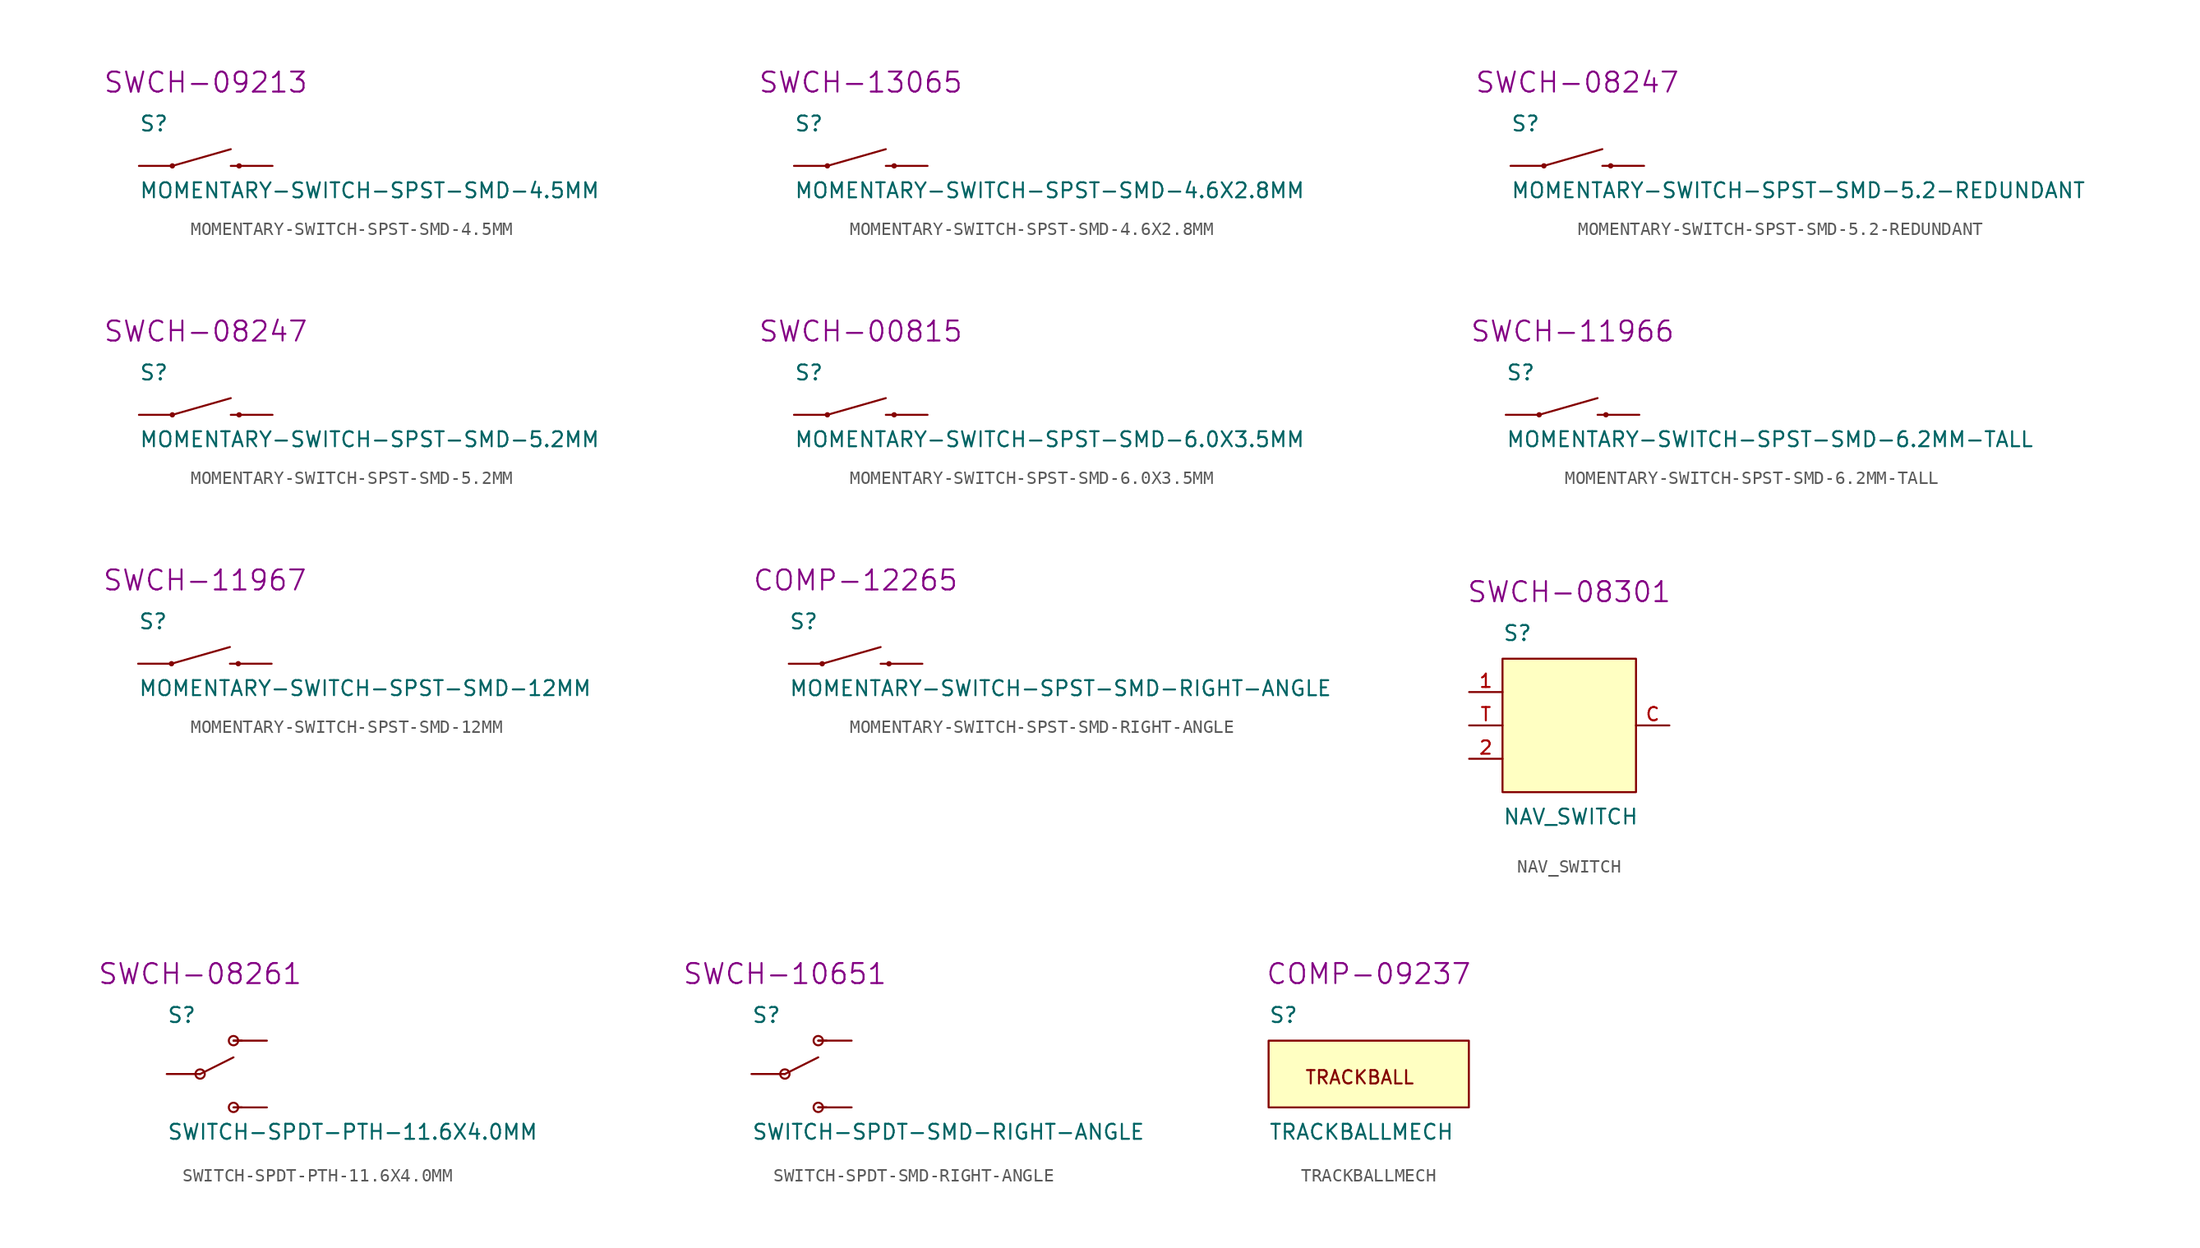
<source format=kicad_sym>
(kicad_symbol_lib
  (version 20201005)
  (generator kicad_symbol_editor)
  (symbol "MOMENTARY-SWITCH-SPST-SMD-4.5MM"
    (pin_numbers hide)
    (pin_names
      (offset 1.016) hide)
    (property "Reference" "S"
      (at -5.08 2.54 0)
      (effects (font (size 1.143 1.143)) (justify left bottom)))
    (property "Value" "MOMENTARY-SWITCH-SPST-SMD-4.5MM"
      (at -5.08 -2.54 0)
      (effects (font (size 1.143 1.143)) (justify left bottom)))
    (property "Field4" "SWCH-09213"
      (at 0 6.35 0)
      (effects (font (size 1.524 1.524))))
    (property "ki_locked" ""
      (at 0 0 0)
      (effects (font (size 1.27 1.27))))
    (symbol "MOMENTARY-SWITCH-SPST-SMD-4.5MM_1_0"
      (polyline (pts (xy -2.54 0) (xy 1.905 1.27)) (stroke (width 0)) (fill (type none)))
      (polyline (pts (xy 1.905 0) (xy 2.54 0)) (stroke (width 0)) (fill (type none))))
    (symbol "MOMENTARY-SWITCH-SPST-SMD-4.5MM_1_1"
      (circle (center -2.54 0) (radius 0.127) (stroke (width 0)) (fill (type outline)))
      (circle (center 2.54 0) (radius 0.127) (stroke (width 0)) (fill (type outline)))
      (pin passive line (at 5.08 0 180) (length 2.54) (name "2" (effects (font (size 1.016 1.016)))) (number "1" (effects (font (size 1.016 1.016)))))
      (pin passive line (at -5.08 0 0) (length 2.54) (name "1" (effects (font (size 1.016 1.016)))) (number "2" (effects (font (size 1.016 1.016)))))
      (pin passive line (at -5.08 0 0) (length 2.54) hide (name "1" (effects (font (size 1.016 1.016)))) (number "3" (effects (font (size 1.016 1.016)))))
      (pin passive line (at 5.08 0 180) (length 2.54) hide (name "2" (effects (font (size 1.016 1.016)))) (number "4" (effects (font (size 1.016 1.016)))))))
  (symbol "MOMENTARY-SWITCH-SPST-SMD-4.6X2.8MM"
    (pin_numbers hide)
    (pin_names
      (offset 1.016) hide)
    (property "Reference" "S"
      (at -5.08 2.54 0)
      (effects (font (size 1.143 1.143)) (justify left bottom)))
    (property "Value" "MOMENTARY-SWITCH-SPST-SMD-4.6X2.8MM"
      (at -5.08 -2.54 0)
      (effects (font (size 1.143 1.143)) (justify left bottom)))
    (property "Field4" "SWCH-13065"
      (at 0 6.35 0)
      (effects (font (size 1.524 1.524))))
    (property "ki_locked" ""
      (at 0 0 0)
      (effects (font (size 1.27 1.27))))
    (symbol "MOMENTARY-SWITCH-SPST-SMD-4.6X2.8MM_1_0"
      (polyline (pts (xy -2.54 0) (xy 1.905 1.27)) (stroke (width 0)) (fill (type none)))
      (polyline (pts (xy 1.905 0) (xy 2.54 0)) (stroke (width 0)) (fill (type none))))
    (symbol "MOMENTARY-SWITCH-SPST-SMD-4.6X2.8MM_1_1"
      (circle (center -2.54 0) (radius 0.127) (stroke (width 0)) (fill (type outline)))
      (circle (center 2.54 0) (radius 0.127) (stroke (width 0)) (fill (type outline)))
      (pin passive line (at -5.08 0 0) (length 2.54) (name "1" (effects (font (size 1.016 1.016)))) (number "1" (effects (font (size 1.016 1.016)))))
      (pin passive line (at -5.08 0 0) (length 2.54) hide (name "1" (effects (font (size 1.016 1.016)))) (number "2" (effects (font (size 1.016 1.016)))))
      (pin passive line (at 5.08 0 180) (length 2.54) (name "2" (effects (font (size 1.016 1.016)))) (number "3" (effects (font (size 1.016 1.016)))))
      (pin passive line (at 5.08 0 180) (length 2.54) hide (name "2" (effects (font (size 1.016 1.016)))) (number "4" (effects (font (size 1.016 1.016)))))))
  (symbol "MOMENTARY-SWITCH-SPST-SMD-5.2-REDUNDANT"
    (pin_numbers hide)
    (pin_names
      (offset 1.016) hide)
    (property "Reference" "S"
      (at -5.08 2.54 0)
      (effects (font (size 1.143 1.143)) (justify left bottom)))
    (property "Value" "MOMENTARY-SWITCH-SPST-SMD-5.2-REDUNDANT"
      (at -5.08 -2.54 0)
      (effects (font (size 1.143 1.143)) (justify left bottom)))
    (property "Field4" "SWCH-08247"
      (at 0 6.35 0)
      (effects (font (size 1.524 1.524))))
    (property "ki_locked" ""
      (at 0 0 0)
      (effects (font (size 1.27 1.27))))
    (symbol "MOMENTARY-SWITCH-SPST-SMD-5.2-REDUNDANT_1_0"
      (polyline (pts (xy -2.54 0) (xy 1.905 1.27)) (stroke (width 0)) (fill (type none)))
      (polyline (pts (xy 1.905 0) (xy 2.54 0)) (stroke (width 0)) (fill (type none))))
    (symbol "MOMENTARY-SWITCH-SPST-SMD-5.2-REDUNDANT_1_1"
      (circle (center -2.54 0) (radius 0.127) (stroke (width 0)) (fill (type outline)))
      (circle (center 2.54 0) (radius 0.127) (stroke (width 0)) (fill (type outline)))
      (pin passive line (at -5.08 0 0) (length 2.54) (name "1" (effects (font (size 1.016 1.016)))) (number "1" (effects (font (size 1.016 1.016)))))
      (pin passive line (at -5.08 0 0) (length 2.54) hide (name "1" (effects (font (size 1.016 1.016)))) (number "2" (effects (font (size 1.016 1.016)))))
      (pin passive line (at 5.08 0 180) (length 2.54) (name "2" (effects (font (size 1.016 1.016)))) (number "3" (effects (font (size 1.016 1.016)))))
      (pin passive line (at 5.08 0 180) (length 2.54) hide (name "2" (effects (font (size 1.016 1.016)))) (number "4" (effects (font (size 1.016 1.016)))))))
  (symbol "MOMENTARY-SWITCH-SPST-SMD-5.2MM"
    (pin_numbers hide)
    (pin_names
      (offset 1.016) hide)
    (property "Reference" "S"
      (at -5.08 2.54 0)
      (effects (font (size 1.143 1.143)) (justify left bottom)))
    (property "Value" "MOMENTARY-SWITCH-SPST-SMD-5.2MM"
      (at -5.08 -2.54 0)
      (effects (font (size 1.143 1.143)) (justify left bottom)))
    (property "Field4" "SWCH-08247"
      (at 0 6.35 0)
      (effects (font (size 1.524 1.524))))
    (property "ki_locked" ""
      (at 0 0 0)
      (effects (font (size 1.27 1.27))))
    (symbol "MOMENTARY-SWITCH-SPST-SMD-5.2MM_1_0"
      (polyline (pts (xy -2.54 0) (xy 1.905 1.27)) (stroke (width 0)) (fill (type none)))
      (polyline (pts (xy 1.905 0) (xy 2.54 0)) (stroke (width 0)) (fill (type none))))
    (symbol "MOMENTARY-SWITCH-SPST-SMD-5.2MM_1_1"
      (circle (center -2.54 0) (radius 0.127) (stroke (width 0)) (fill (type outline)))
      (circle (center 2.54 0) (radius 0.127) (stroke (width 0)) (fill (type outline)))
      (pin passive line (at -5.08 0 0) (length 2.54) (name "1" (effects (font (size 1.016 1.016)))) (number "1" (effects (font (size 1.016 1.016)))))
      (pin passive line (at 5.08 0 180) (length 2.54) (name "2" (effects (font (size 1.016 1.016)))) (number "3" (effects (font (size 1.016 1.016)))))))
  (symbol "MOMENTARY-SWITCH-SPST-SMD-6.0X3.5MM"
    (pin_numbers hide)
    (pin_names
      (offset 1.016) hide)
    (property "Reference" "S"
      (at -5.08 2.54 0)
      (effects (font (size 1.143 1.143)) (justify left bottom)))
    (property "Value" "MOMENTARY-SWITCH-SPST-SMD-6.0X3.5MM"
      (at -5.08 -2.54 0)
      (effects (font (size 1.143 1.143)) (justify left bottom)))
    (property "Field4" "SWCH-00815"
      (at 0 6.35 0)
      (effects (font (size 1.524 1.524))))
    (property "ki_locked" ""
      (at 0 0 0)
      (effects (font (size 1.27 1.27))))
    (symbol "MOMENTARY-SWITCH-SPST-SMD-6.0X3.5MM_1_0"
      (polyline (pts (xy -2.54 0) (xy 1.905 1.27)) (stroke (width 0)) (fill (type none)))
      (polyline (pts (xy 1.905 0) (xy 2.54 0)) (stroke (width 0)) (fill (type none))))
    (symbol "MOMENTARY-SWITCH-SPST-SMD-6.0X3.5MM_1_1"
      (circle (center -2.54 0) (radius 0.127) (stroke (width 0)) (fill (type outline)))
      (circle (center 2.54 0) (radius 0.127) (stroke (width 0)) (fill (type outline)))
      (pin passive line (at -5.08 0 0) (length 2.54) (name "1" (effects (font (size 1.016 1.016)))) (number "1" (effects (font (size 1.016 1.016)))))
      (pin passive line (at 5.08 0 180) (length 2.54) (name "2" (effects (font (size 1.016 1.016)))) (number "2" (effects (font (size 1.016 1.016)))))))
  (symbol "MOMENTARY-SWITCH-SPST-SMD-6.2MM-TALL"
    (pin_numbers hide)
    (pin_names
      (offset 1.016) hide)
    (property "Reference" "S"
      (at -5.08 2.54 0)
      (effects (font (size 1.143 1.143)) (justify left bottom)))
    (property "Value" "MOMENTARY-SWITCH-SPST-SMD-6.2MM-TALL"
      (at -5.08 -2.54 0)
      (effects (font (size 1.143 1.143)) (justify left bottom)))
    (property "Field4" "SWCH-11966"
      (at 0 6.35 0)
      (effects (font (size 1.524 1.524))))
    (property "ki_locked" ""
      (at 0 0 0)
      (effects (font (size 1.27 1.27))))
    (symbol "MOMENTARY-SWITCH-SPST-SMD-6.2MM-TALL_1_0"
      (polyline (pts (xy -2.54 0) (xy 1.905 1.27)) (stroke (width 0)) (fill (type none)))
      (polyline (pts (xy 1.905 0) (xy 2.54 0)) (stroke (width 0)) (fill (type none))))
    (symbol "MOMENTARY-SWITCH-SPST-SMD-6.2MM-TALL_1_1"
      (circle (center -2.54 0) (radius 0.127) (stroke (width 0)) (fill (type outline)))
      (circle (center 2.54 0) (radius 0.127) (stroke (width 0)) (fill (type outline)))
      (pin passive line (at -5.08 0 0) (length 2.54) (name "1" (effects (font (size 1.016 1.016)))) (number "A2" (effects (font (size 1.016 1.016)))))
      (pin passive line (at 5.08 0 180) (length 2.54) (name "2" (effects (font (size 1.016 1.016)))) (number "B2" (effects (font (size 1.016 1.016)))))))
  (symbol "MOMENTARY-SWITCH-SPST-SMD-12MM"
    (pin_numbers hide)
    (pin_names
      (offset 1.016) hide)
    (property "Reference" "S"
      (at -5.08 2.54 0)
      (effects (font (size 1.143 1.143)) (justify left bottom)))
    (property "Value" "MOMENTARY-SWITCH-SPST-SMD-12MM"
      (at -5.08 -2.54 0)
      (effects (font (size 1.143 1.143)) (justify left bottom)))
    (property "Field4" "SWCH-11967"
      (at 0 6.35 0)
      (effects (font (size 1.524 1.524))))
    (property "ki_locked" ""
      (at 0 0 0)
      (effects (font (size 1.27 1.27))))
    (symbol "MOMENTARY-SWITCH-SPST-SMD-12MM_1_0"
      (polyline (pts (xy -2.54 0) (xy 1.905 1.27)) (stroke (width 0)) (fill (type none)))
      (polyline (pts (xy 1.905 0) (xy 2.54 0)) (stroke (width 0)) (fill (type none))))
    (symbol "MOMENTARY-SWITCH-SPST-SMD-12MM_1_1"
      (circle (center -2.54 0) (radius 0.127) (stroke (width 0)) (fill (type outline)))
      (circle (center 2.54 0) (radius 0.127) (stroke (width 0)) (fill (type outline)))
      (pin passive line (at -5.08 0 0) (length 2.54) (name "1" (effects (font (size 1.016 1.016)))) (number "1" (effects (font (size 1.016 1.016)))))
      (pin passive line (at 5.08 0 180) (length 2.54) (name "2" (effects (font (size 1.016 1.016)))) (number "3" (effects (font (size 1.016 1.016)))))))
  (symbol "MOMENTARY-SWITCH-SPST-SMD-RIGHT-ANGLE"
    (pin_numbers hide)
    (pin_names
      (offset 1.016) hide)
    (property "Reference" "S"
      (at -5.08 2.54 0)
      (effects (font (size 1.143 1.143)) (justify left bottom)))
    (property "Value" "MOMENTARY-SWITCH-SPST-SMD-RIGHT-ANGLE"
      (at -5.08 -2.54 0)
      (effects (font (size 1.143 1.143)) (justify left bottom)))
    (property "Field4" "COMP-12265"
      (at 0 6.35 0)
      (effects (font (size 1.524 1.524))))
    (property "ki_locked" ""
      (at 0 0 0)
      (effects (font (size 1.27 1.27))))
    (symbol "MOMENTARY-SWITCH-SPST-SMD-RIGHT-ANGLE_1_0"
      (polyline (pts (xy -2.54 0) (xy 1.905 1.27)) (stroke (width 0)) (fill (type none)))
      (polyline (pts (xy 1.905 0) (xy 2.54 0)) (stroke (width 0)) (fill (type none))))
    (symbol "MOMENTARY-SWITCH-SPST-SMD-RIGHT-ANGLE_1_1"
      (circle (center -2.54 0) (radius 0.127) (stroke (width 0)) (fill (type outline)))
      (circle (center 2.54 0) (radius 0.127) (stroke (width 0)) (fill (type outline)))
      (pin passive line (at -5.08 0 0) (length 2.54) (name "1" (effects (font (size 1.016 1.016)))) (number "1" (effects (font (size 1.016 1.016)))))
      (pin passive line (at 5.08 0 180) (length 2.54) (name "2" (effects (font (size 1.016 1.016)))) (number "2" (effects (font (size 1.016 1.016)))))))
  (symbol "NAV_SWITCH"
    (pin_names
      (offset 1.016) hide)
    (property "Reference" "S"
      (at -5.08 6.35 0)
      (effects (font (size 1.143 1.143)) (justify left bottom)))
    (property "Value" "NAV_SWITCH"
      (at -5.08 -7.62 0)
      (effects (font (size 1.143 1.143)) (justify left bottom)))
    (property "Field4" "SWCH-08301"
      (at 0 10.16 0)
      (effects (font (size 1.524 1.524))))
    (property "ki_locked" ""
      (at 0 0 0)
      (effects (font (size 1.27 1.27))))
    (symbol "NAV_SWITCH_1_1"
      (polyline (pts (xy -5.08 5.08) (xy 5.08 5.08) (xy 5.08 -5.08) (xy -5.08 -5.08) (xy -5.08 5.08)) (stroke (width 0)) (fill (type background)))
      (pin input line (at -7.62 2.54 0) (length 2.54) (name "1" (effects (font (size 1.016 1.016)))) (number "1" (effects (font (size 1.016 1.016)))))
      (pin input line (at -7.62 -2.54 0) (length 2.54) (name "2" (effects (font (size 1.016 1.016)))) (number "2" (effects (font (size 1.016 1.016)))))
      (pin power_in line (at 7.62 0 180) (length 2.54) (name "C" (effects (font (size 1.016 1.016)))) (number "C" (effects (font (size 1.016 1.016)))))
      (pin input line (at -7.62 0 0) (length 2.54) (name "T" (effects (font (size 1.016 1.016)))) (number "T" (effects (font (size 1.016 1.016)))))))
  (symbol "SWITCH-SPDT-PTH-11.6X4.0MM"
    (pin_numbers hide)
    (pin_names
      (offset 1.016) hide)
    (property "Reference" "S"
      (at -2.54 3.81 0)
      (effects (font (size 1.143 1.143)) (justify left bottom)))
    (property "Value" "SWITCH-SPDT-PTH-11.6X4.0MM"
      (at -2.54 -5.08 0)
      (effects (font (size 1.143 1.143)) (justify left bottom)))
    (property "Field4" "SWCH-08261"
      (at 0 7.62 0)
      (effects (font (size 1.524 1.524))))
    (property "ki_locked" ""
      (at 0 0 0)
      (effects (font (size 1.27 1.27))))
    (symbol "SWITCH-SPDT-PTH-11.6X4.0MM_1_0"
      (polyline (pts (xy 0 0) (xy 2.54 1.27)) (stroke (width 0)) (fill (type none)))
      (polyline (pts (xy 2.54 -2.54) (xy 3.175 -2.54)) (stroke (width 0)) (fill (type none)))
      (polyline (pts (xy 2.54 2.54) (xy 3.175 2.54)) (stroke (width 0)) (fill (type none))))
    (symbol "SWITCH-SPDT-PTH-11.6X4.0MM_1_1"
      (circle (center 0 0) (radius 0.356) (stroke (width 0)) (fill (type none)))
      (circle (center 2.54 -2.54) (radius 0.356) (stroke (width 0)) (fill (type none)))
      (circle (center 2.54 2.54) (radius 0.356) (stroke (width 0)) (fill (type none)))
      (pin passive line (at 5.08 2.54 180) (length 2.54) (name "O" (effects (font (size 1.016 1.016)))) (number "1" (effects (font (size 1.016 1.016)))))
      (pin passive line (at -2.54 0 0) (length 2.54) (name "P" (effects (font (size 1.016 1.016)))) (number "2" (effects (font (size 1.016 1.016)))))
      (pin passive line (at 5.08 -2.54 180) (length 2.54) (name "S" (effects (font (size 1.016 1.016)))) (number "3" (effects (font (size 1.016 1.016)))))))
  (symbol "SWITCH-SPDT-SMD-RIGHT-ANGLE"
    (pin_numbers hide)
    (pin_names
      (offset 1.016) hide)
    (property "Reference" "S"
      (at -2.54 3.81 0)
      (effects (font (size 1.143 1.143)) (justify left bottom)))
    (property "Value" "SWITCH-SPDT-SMD-RIGHT-ANGLE"
      (at -2.54 -5.08 0)
      (effects (font (size 1.143 1.143)) (justify left bottom)))
    (property "Field4" "SWCH-10651"
      (at 0 7.62 0)
      (effects (font (size 1.524 1.524))))
    (property "ki_locked" ""
      (at 0 0 0)
      (effects (font (size 1.27 1.27))))
    (symbol "SWITCH-SPDT-SMD-RIGHT-ANGLE_1_0"
      (polyline (pts (xy 0 0) (xy 2.54 1.27)) (stroke (width 0)) (fill (type none)))
      (polyline (pts (xy 2.54 -2.54) (xy 3.175 -2.54)) (stroke (width 0)) (fill (type none)))
      (polyline (pts (xy 2.54 2.54) (xy 3.175 2.54)) (stroke (width 0)) (fill (type none))))
    (symbol "SWITCH-SPDT-SMD-RIGHT-ANGLE_1_1"
      (circle (center 0 0) (radius 0.356) (stroke (width 0)) (fill (type none)))
      (circle (center 2.54 -2.54) (radius 0.356) (stroke (width 0)) (fill (type none)))
      (circle (center 2.54 2.54) (radius 0.356) (stroke (width 0)) (fill (type none)))
      (pin passive line (at 5.08 2.54 180) (length 2.54) (name "O" (effects (font (size 1.016 1.016)))) (number "1" (effects (font (size 1.016 1.016)))))
      (pin passive line (at -2.54 0 0) (length 2.54) (name "P" (effects (font (size 1.016 1.016)))) (number "2" (effects (font (size 1.016 1.016)))))
      (pin passive line (at 5.08 -2.54 180) (length 2.54) (name "S" (effects (font (size 1.016 1.016)))) (number "3" (effects (font (size 1.016 1.016)))))))
  (symbol "TRACKBALLMECH"
    (pin_numbers hide)
    (pin_names
      (offset 1.016) hide)
    (property "Reference" "S"
      (at -7.62 3.81 0)
      (effects (font (size 1.143 1.143)) (justify left bottom)))
    (property "Value" "TRACKBALLMECH"
      (at -7.62 -5.08 0)
      (effects (font (size 1.143 1.143)) (justify left bottom)))
    (property "Field4" "COMP-09237"
      (at 0 7.62 0)
      (effects (font (size 1.524 1.524))))
    (property "ki_locked" ""
      (at 0 0 0)
      (effects (font (size 1.27 1.27))))
    (symbol "TRACKBALLMECH_1_0"
      (text "TRACKBALL" (at -0.686 -0.254 0) (effects (font (size 1.016 1.016)))))
    (symbol "TRACKBALLMECH_1_1"
      (polyline (pts (xy -7.62 2.54) (xy 7.62 2.54) (xy 7.62 -2.54) (xy -7.62 -2.54) (xy -7.62 2.54)) (stroke (width 0)) (fill (type background))))))
</source>
